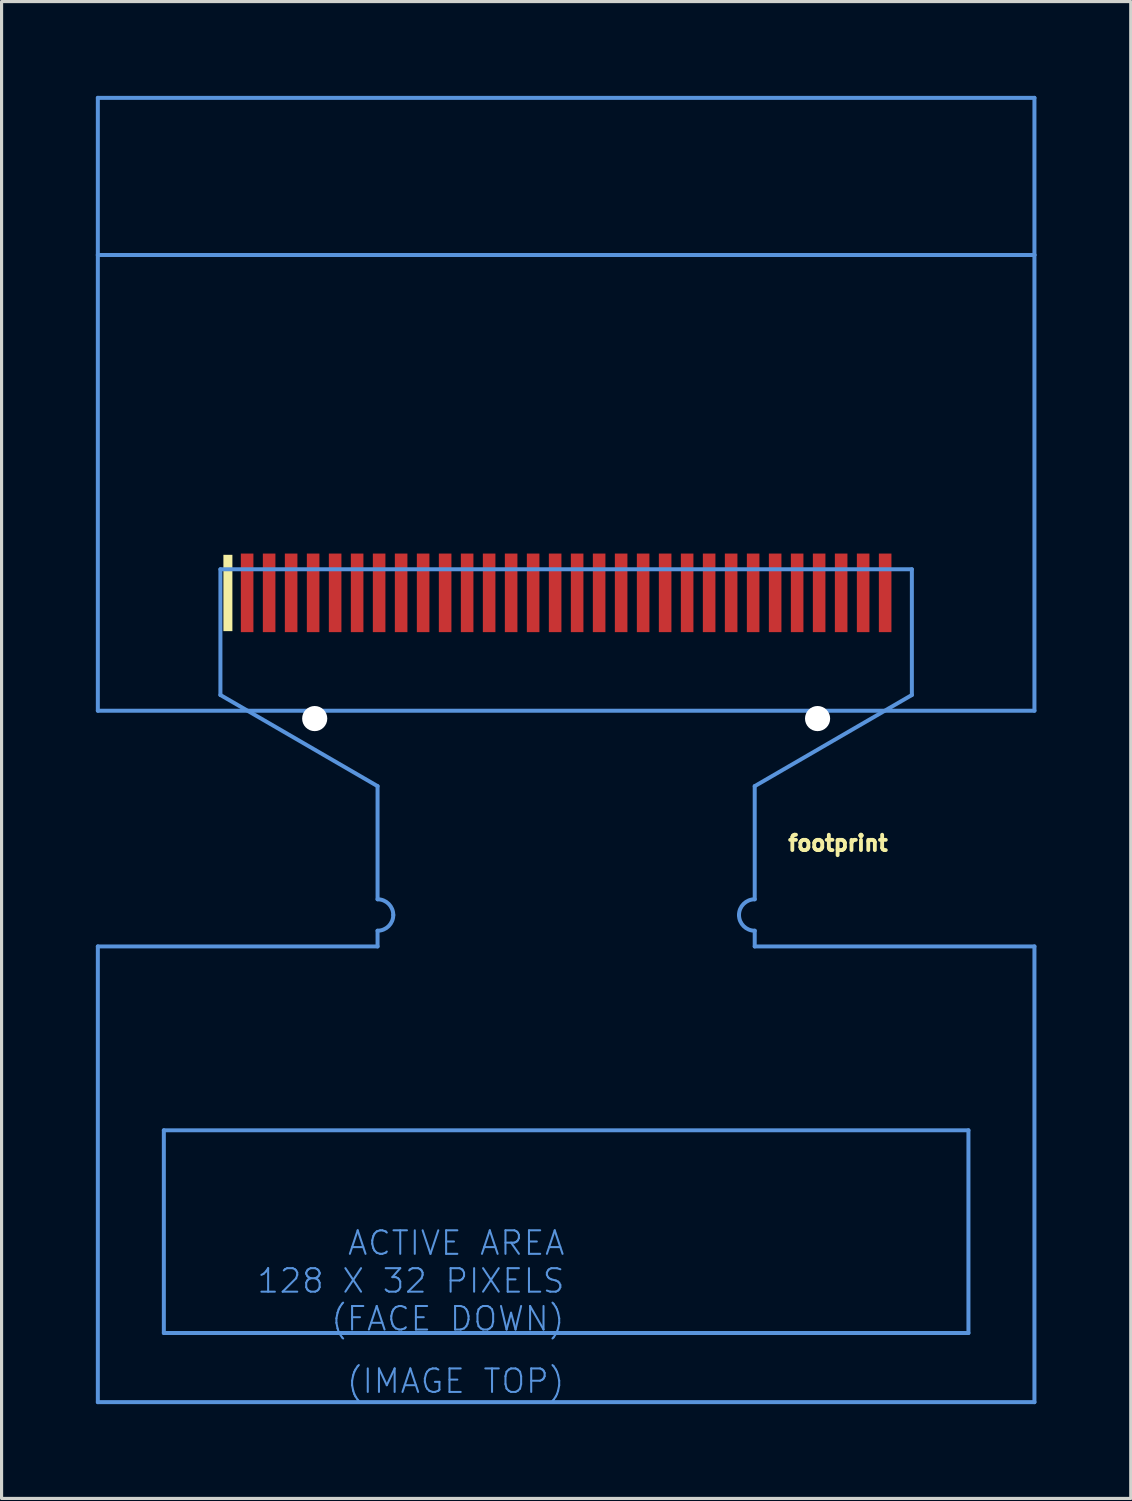
<source format=kicad_pcb>
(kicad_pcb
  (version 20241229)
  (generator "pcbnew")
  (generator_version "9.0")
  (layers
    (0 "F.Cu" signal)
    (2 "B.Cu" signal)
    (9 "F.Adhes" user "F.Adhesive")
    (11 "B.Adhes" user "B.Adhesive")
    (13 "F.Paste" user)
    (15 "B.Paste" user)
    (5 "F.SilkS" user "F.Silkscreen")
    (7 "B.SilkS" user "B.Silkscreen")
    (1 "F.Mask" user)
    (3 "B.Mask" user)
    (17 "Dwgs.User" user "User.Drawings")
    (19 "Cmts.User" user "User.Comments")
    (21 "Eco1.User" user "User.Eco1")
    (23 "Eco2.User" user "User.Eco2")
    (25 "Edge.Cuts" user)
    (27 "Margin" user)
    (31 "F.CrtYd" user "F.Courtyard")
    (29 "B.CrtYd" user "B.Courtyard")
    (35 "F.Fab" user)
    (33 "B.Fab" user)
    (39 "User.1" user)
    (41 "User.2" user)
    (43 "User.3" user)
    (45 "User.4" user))
  (footprint "footprint"
    (layer "F.Cu")
    (at 3.963 15.063)
    (property "Reference" "footprint" (at 18 9 0) (layer "F.SilkS") (effects (font (size 0.488 0.488) (thickness 0.122)) (justify left bottom)))
    (fp_poly (pts (xy 0.381 1.968) (xy 0.095 1.968) (xy 0.095 -0.46) (xy 0.381 -0.46)) (stroke (width 0) (type solid)) (fill yes) (layer "F.SilkS"))
    (fp_poly (pts (xy 0.7 1.95) (xy 1 1.95) (xy 1 -0.45) (xy 0.7 -0.45)) (stroke (width 0) (type solid)) (fill yes) (layer "F.Paste"))
    (fp_poly (pts (xy 1.4 1.95) (xy 1.7 1.95) (xy 1.7 -0.45) (xy 1.4 -0.45)) (stroke (width 0) (type solid)) (fill yes) (layer "F.Paste"))
    (fp_poly (pts (xy 2.1 1.95) (xy 2.4 1.95) (xy 2.4 -0.45) (xy 2.1 -0.45)) (stroke (width 0) (type solid)) (fill yes) (layer "F.Paste"))
    (fp_poly (pts (xy 2.8 1.95) (xy 3.1 1.95) (xy 3.1 -0.45) (xy 2.8 -0.45)) (stroke (width 0) (type solid)) (fill yes) (layer "F.Paste"))
    (fp_poly (pts (xy 3.5 1.95) (xy 3.8 1.95) (xy 3.8 -0.45) (xy 3.5 -0.45)) (stroke (width 0) (type solid)) (fill yes) (layer "F.Paste"))
    (fp_poly (pts (xy 4.2 1.95) (xy 4.5 1.95) (xy 4.5 -0.45) (xy 4.2 -0.45)) (stroke (width 0) (type solid)) (fill yes) (layer "F.Paste"))
    (fp_poly (pts (xy 4.9 1.95) (xy 5.2 1.95) (xy 5.2 -0.45) (xy 4.9 -0.45)) (stroke (width 0) (type solid)) (fill yes) (layer "F.Paste"))
    (fp_poly (pts (xy 5.6 1.95) (xy 5.9 1.95) (xy 5.9 -0.45) (xy 5.6 -0.45)) (stroke (width 0) (type solid)) (fill yes) (layer "F.Paste"))
    (fp_poly (pts (xy 6.3 1.95) (xy 6.6 1.95) (xy 6.6 -0.45) (xy 6.3 -0.45)) (stroke (width 0) (type solid)) (fill yes) (layer "F.Paste"))
    (fp_poly (pts (xy 7 1.95) (xy 7.3 1.95) (xy 7.3 -0.45) (xy 7 -0.45)) (stroke (width 0) (type solid)) (fill yes) (layer "F.Paste"))
    (fp_poly (pts (xy 7.7 1.95) (xy 8 1.95) (xy 8 -0.45) (xy 7.7 -0.45)) (stroke (width 0) (type solid)) (fill yes) (layer "F.Paste"))
    (fp_poly (pts (xy 8.4 1.95) (xy 8.7 1.95) (xy 8.7 -0.45) (xy 8.4 -0.45)) (stroke (width 0) (type solid)) (fill yes) (layer "F.Paste"))
    (fp_poly (pts (xy 9.1 1.95) (xy 9.4 1.95) (xy 9.4 -0.45) (xy 9.1 -0.45)) (stroke (width 0) (type solid)) (fill yes) (layer "F.Paste"))
    (fp_poly (pts (xy 9.8 1.95) (xy 10.1 1.95) (xy 10.1 -0.45) (xy 9.8 -0.45)) (stroke (width 0) (type solid)) (fill yes) (layer "F.Paste"))
    (fp_poly (pts (xy 10.5 1.95) (xy 10.8 1.95) (xy 10.8 -0.45) (xy 10.5 -0.45)) (stroke (width 0) (type solid)) (fill yes) (layer "F.Paste"))
    (fp_poly (pts (xy 11.2 1.95) (xy 11.5 1.95) (xy 11.5 -0.45) (xy 11.2 -0.45)) (stroke (width 0) (type solid)) (fill yes) (layer "F.Paste"))
    (fp_poly (pts (xy 11.9 1.95) (xy 12.2 1.95) (xy 12.2 -0.45) (xy 11.9 -0.45)) (stroke (width 0) (type solid)) (fill yes) (layer "F.Paste"))
    (fp_poly (pts (xy 12.6 1.95) (xy 12.9 1.95) (xy 12.9 -0.45) (xy 12.6 -0.45)) (stroke (width 0) (type solid)) (fill yes) (layer "F.Paste"))
    (fp_poly (pts (xy 13.3 1.95) (xy 13.6 1.95) (xy 13.6 -0.45) (xy 13.3 -0.45)) (stroke (width 0) (type solid)) (fill yes) (layer "F.Paste"))
    (fp_poly (pts (xy 14 1.95) (xy 14.3 1.95) (xy 14.3 -0.45) (xy 14 -0.45)) (stroke (width 0) (type solid)) (fill yes) (layer "F.Paste"))
    (fp_poly (pts (xy 14.7 1.95) (xy 15 1.95) (xy 15 -0.45) (xy 14.7 -0.45)) (stroke (width 0) (type solid)) (fill yes) (layer "F.Paste"))
    (fp_poly (pts (xy 15.4 1.95) (xy 15.7 1.95) (xy 15.7 -0.45) (xy 15.4 -0.45)) (stroke (width 0) (type solid)) (fill yes) (layer "F.Paste"))
    (fp_poly (pts (xy 16.1 1.95) (xy 16.4 1.95) (xy 16.4 -0.45) (xy 16.1 -0.45)) (stroke (width 0) (type solid)) (fill yes) (layer "F.Paste"))
    (fp_poly (pts (xy 16.8 1.95) (xy 17.1 1.95) (xy 17.1 -0.45) (xy 16.8 -0.45)) (stroke (width 0) (type solid)) (fill yes) (layer "F.Paste"))
    (fp_poly (pts (xy 17.5 1.95) (xy 17.8 1.95) (xy 17.8 -0.45) (xy 17.5 -0.45)) (stroke (width 0) (type solid)) (fill yes) (layer "F.Paste"))
    (fp_poly (pts (xy 18.2 1.95) (xy 18.5 1.95) (xy 18.5 -0.45) (xy 18.2 -0.45)) (stroke (width 0) (type solid)) (fill yes) (layer "F.Paste"))
    (fp_poly (pts (xy 18.9 1.95) (xy 19.2 1.95) (xy 19.2 -0.45) (xy 18.9 -0.45)) (stroke (width 0) (type solid)) (fill yes) (layer "F.Paste"))
    (fp_poly (pts (xy 19.6 1.95) (xy 19.9 1.95) (xy 19.9 -0.45) (xy 19.6 -0.45)) (stroke (width 0) (type solid)) (fill yes) (layer "F.Paste"))
    (fp_poly (pts (xy 20.3 1.95) (xy 20.6 1.95) (xy 20.6 -0.45) (xy 20.3 -0.45)) (stroke (width 0) (type solid)) (fill yes) (layer "F.Paste"))
    (fp_poly (pts (xy 21 1.95) (xy 21.3 1.95) (xy 21.3 -0.45) (xy 21 -0.45)) (stroke (width 0) (type solid)) (fill yes) (layer "F.Paste"))
    (fp_line (start -3.9 -15) (end 25.9 -15) (stroke (width 0.127) (type solid)) (layer "Cmts.User"))
    (fp_line (start -3.9 -10) (end -3.9 -15) (stroke (width 0.127) (type solid)) (layer "Cmts.User"))
    (fp_line (start -3.9 -10) (end 25.9 -10) (stroke (width 0.127) (type solid)) (layer "Cmts.User"))
    (fp_line (start -3.9 4.5) (end -3.9 -10) (stroke (width 0.127) (type solid)) (layer "Cmts.User"))
    (fp_line (start -3.9 12) (end -3.9 26.5) (stroke (width 0.127) (type solid)) (layer "Cmts.User"))
    (fp_line (start -1.8 17.85) (end -1.8 24.3) (stroke (width 0.127) (type solid)) (layer "Cmts.User"))
    (fp_line (start -1.8 24.3) (end 23.8 24.3) (stroke (width 0.127) (type solid)) (layer "Cmts.User"))
    (fp_line (start 0 0) (end 0 4) (stroke (width 0.127) (type solid)) (layer "Cmts.User"))
    (fp_line (start 0 4) (end 5 6.9) (stroke (width 0.127) (type solid)) (layer "Cmts.User"))
    (fp_line (start 5 6.9) (end 5 10.5) (stroke (width 0.127) (type solid)) (layer "Cmts.User"))
    (fp_line (start 5 11.5) (end 5 12) (stroke (width 0.127) (type solid)) (layer "Cmts.User"))
    (fp_line (start 5 12) (end -3.9 12) (stroke (width 0.127) (type solid)) (layer "Cmts.User"))
    (fp_line (start 17 6.9) (end 17 10.5) (stroke (width 0.127) (type solid)) (layer "Cmts.User"))
    (fp_line (start 17 11.5) (end 17 12) (stroke (width 0.127) (type solid)) (layer "Cmts.User"))
    (fp_line (start 17 12) (end 25.9 12) (stroke (width 0.127) (type solid)) (layer "Cmts.User"))
    (fp_line (start 22 0) (end 0 0) (stroke (width 0.127) (type solid)) (layer "Cmts.User"))
    (fp_line (start 22 0) (end 22 4) (stroke (width 0.127) (type solid)) (layer "Cmts.User"))
    (fp_line (start 22 4) (end 17 6.9) (stroke (width 0.127) (type solid)) (layer "Cmts.User"))
    (fp_line (start 23.8 17.85) (end -1.8 17.85) (stroke (width 0.127) (type solid)) (layer "Cmts.User"))
    (fp_line (start 23.8 24.3) (end 23.8 17.85) (stroke (width 0.127) (type solid)) (layer "Cmts.User"))
    (fp_line (start 25.9 -15) (end 25.9 -10) (stroke (width 0.127) (type solid)) (layer "Cmts.User"))
    (fp_line (start 25.9 -10) (end 25.9 4.5) (stroke (width 0.127) (type solid)) (layer "Cmts.User"))
    (fp_line (start 25.9 4.5) (end -3.9 4.5) (stroke (width 0.127) (type solid)) (layer "Cmts.User"))
    (fp_line (start 25.9 12) (end 25.9 26.5) (stroke (width 0.127) (type solid)) (layer "Cmts.User"))
    (fp_line (start 25.9 26.5) (end -3.9 26.5) (stroke (width 0.127) (type solid)) (layer "Cmts.User"))
    (fp_arc (start 5 10.5) (mid 5.353553 10.646447) (end 5.5 11) (stroke (width 0.127) (type solid)) (layer "Cmts.User"))
    (fp_arc (start 5.5 11) (mid 5.353553 11.353553) (end 5 11.5) (stroke (width 0.127) (type solid)) (layer "Cmts.User"))
    (fp_arc (start 16.5 11) (mid 16.646447 10.646447) (end 17 10.5) (stroke (width 0.127) (type solid)) (layer "Cmts.User"))
    (fp_arc (start 17 11.5) (mid 16.646447 11.353553) (end 16.5 11) (stroke (width 0.127) (type solid)) (layer "Cmts.User"))
    (fp_text user "(IMAGE TOP)" (at 11 25.394 0) (layer "Cmts.User") (effects (font (size 0.748 0.748) (thickness 0.065)) (justify right top)))
    (fp_text user "ACTIVE AREA\n128 X 32 PIXELS\n(FACE DOWN)" (at 11 21 0) (layer "Cmts.User") (effects (font (size 0.748 0.748) (thickness 0.065)) (justify right top)))
    (pad "" np_thru_hole circle (at 3 4.75) (size 0.8 0.8) (drill 0.8) (layers "*.Cu" "*.Mask"))
    (pad "" np_thru_hole circle (at 19 4.75) (size 0.8 0.8) (drill 0.8) (layers "*.Cu" "*.Mask"))
    (pad "1" smd rect (at 0.85 0.75) (size 0.4 2.5) (layers "F.Cu" "F.Mask"))
    (pad "2" smd rect (at 1.55 0.75) (size 0.4 2.5) (layers "F.Cu" "F.Mask"))
    (pad "3" smd rect (at 2.25 0.75) (size 0.4 2.5) (layers "F.Cu" "F.Mask"))
    (pad "4" smd rect (at 2.95 0.75) (size 0.4 2.5) (layers "F.Cu" "F.Mask"))
    (pad "5" smd rect (at 3.65 0.75) (size 0.4 2.5) (layers "F.Cu" "F.Mask"))
    (pad "6" smd rect (at 4.35 0.75) (size 0.4 2.5) (layers "F.Cu" "F.Mask"))
    (pad "7" smd rect (at 5.05 0.75) (size 0.4 2.5) (layers "F.Cu" "F.Mask"))
    (pad "8" smd rect (at 5.75 0.75) (size 0.4 2.5) (layers "F.Cu" "F.Mask"))
    (pad "9" smd rect (at 6.45 0.75) (size 0.4 2.5) (layers "F.Cu" "F.Mask"))
    (pad "10" smd rect (at 7.15 0.75) (size 0.4 2.5) (layers "F.Cu" "F.Mask"))
    (pad "11" smd rect (at 7.85 0.75) (size 0.4 2.5) (layers "F.Cu" "F.Mask"))
    (pad "12" smd rect (at 8.55 0.75) (size 0.4 2.5) (layers "F.Cu" "F.Mask"))
    (pad "13" smd rect (at 9.25 0.75) (size 0.4 2.5) (layers "F.Cu" "F.Mask"))
    (pad "14" smd rect (at 9.95 0.75) (size 0.4 2.5) (layers "F.Cu" "F.Mask"))
    (pad "15" smd rect (at 10.65 0.75) (size 0.4 2.5) (layers "F.Cu" "F.Mask"))
    (pad "16" smd rect (at 11.35 0.75) (size 0.4 2.5) (layers "F.Cu" "F.Mask"))
    (pad "17" smd rect (at 12.05 0.75) (size 0.4 2.5) (layers "F.Cu" "F.Mask"))
    (pad "18" smd rect (at 12.75 0.75) (size 0.4 2.5) (layers "F.Cu" "F.Mask"))
    (pad "19" smd rect (at 13.45 0.75) (size 0.4 2.5) (layers "F.Cu" "F.Mask"))
    (pad "20" smd rect (at 14.15 0.75) (size 0.4 2.5) (layers "F.Cu" "F.Mask"))
    (pad "21" smd rect (at 14.85 0.75) (size 0.4 2.5) (layers "F.Cu" "F.Mask"))
    (pad "22" smd rect (at 15.55 0.75) (size 0.4 2.5) (layers "F.Cu" "F.Mask"))
    (pad "23" smd rect (at 16.25 0.75) (size 0.4 2.5) (layers "F.Cu" "F.Mask"))
    (pad "24" smd rect (at 16.95 0.75) (size 0.4 2.5) (layers "F.Cu" "F.Mask"))
    (pad "25" smd rect (at 17.65 0.75) (size 0.4 2.5) (layers "F.Cu" "F.Mask"))
    (pad "26" smd rect (at 18.35 0.75) (size 0.4 2.5) (layers "F.Cu" "F.Mask"))
    (pad "27" smd rect (at 19.05 0.75) (size 0.4 2.5) (layers "F.Cu" "F.Mask"))
    (pad "28" smd rect (at 19.75 0.75) (size 0.4 2.5) (layers "F.Cu" "F.Mask"))
    (pad "29" smd rect (at 20.45 0.75) (size 0.4 2.5) (layers "F.Cu" "F.Mask"))
    (pad "30" smd rect (at 21.15 0.75) (size 0.4 2.5) (layers "F.Cu" "F.Mask")))
  (gr_rect
    (start -3 -3)
    (end 32.927 44.627)
    (stroke (width 0.1) (type default))
    (fill no)
    (layer "Edge.Cuts")))
</source>
